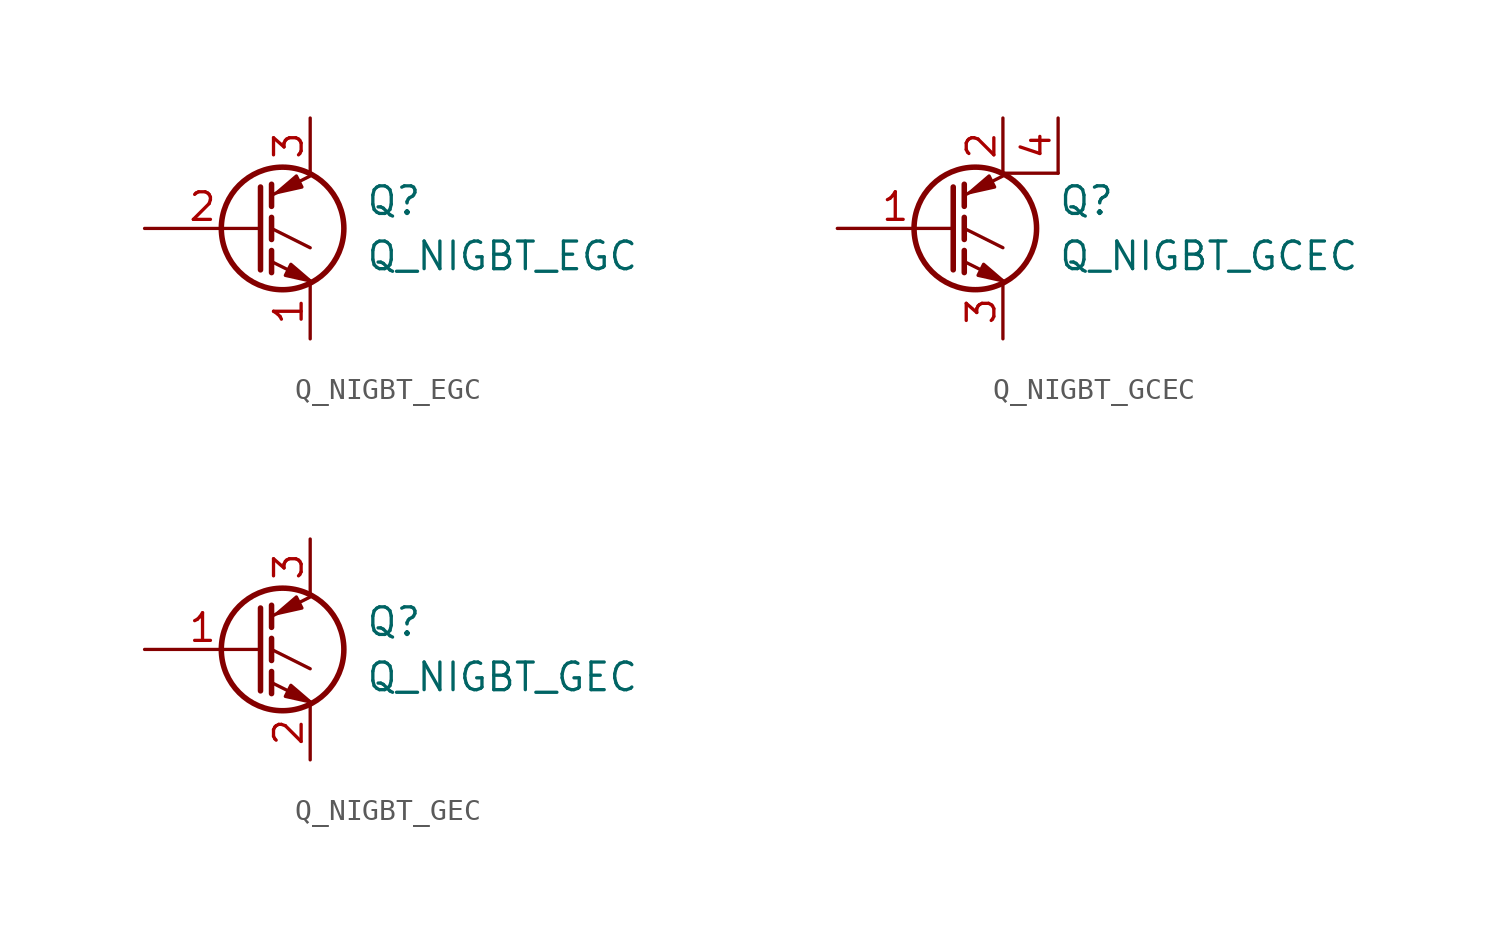
<source format=kicad_sym>
(kicad_symbol_lib
  (version 20201005)
  (generator kicad_symbol_editor)
  (symbol "Q_NIGBT_EGC"
    (pin_names
      (offset 0) hide)
    (property "Reference" "Q"
      (at 5.08 1.27 0)
      (effects (font (size 1.27 1.27)) (justify left)))
    (property "Value" "Q_NIGBT_EGC"
      (at 5.08 -1.27 0)
      (effects (font (size 1.27 1.27)) (justify left)))
    (symbol "Q_NIGBT_EGC_0_1"
      (circle (center 1.27 0) (radius 2.819) (stroke (width 0.254)) (fill (type none)))
      (polyline (pts (xy 0.762 -1.016) (xy 0.762 -2.032)) (stroke (width 0.254)) (fill (type none)))
      (polyline (pts (xy 0.762 0.508) (xy 0.762 -0.508)) (stroke (width 0.254)) (fill (type none)))
      (polyline (pts (xy 0.762 2.032) (xy 0.762 1.016)) (stroke (width 0.254)) (fill (type none)))
      (polyline (pts (xy 2.54 -2.413) (xy 0.762 -1.524)) (stroke (width 0)) (fill (type none)))
      (polyline (pts (xy 2.54 -0.889) (xy 0.762 0)) (stroke (width 0)) (fill (type none)))
      (polyline (pts (xy 2.54 2.413) (xy 0.762 1.524)) (stroke (width 0)) (fill (type none)))
      (polyline (pts (xy 0.254 1.905) (xy 0.254 -1.905) (xy 0.254 -1.905)) (stroke (width 0.254)) (fill (type none)))
      (polyline (pts (xy 1.397 -2.159) (xy 1.651 -1.651) (xy 2.54 -2.413) (xy 1.397 -2.159)) (stroke (width 0)) (fill (type outline)))
      (polyline (pts (xy 2.159 1.905) (xy 1.905 2.413) (xy 1.016 1.651) (xy 2.159 1.905)) (stroke (width 0)) (fill (type outline))))
    (symbol "Q_NIGBT_EGC_1_1"
      (pin passive line (at 2.54 -5.08 90) (length 2.54) (name "E" (effects (font (size 1.27 1.27)))) (number "1" (effects (font (size 1.27 1.27)))))
      (pin input line (at -5.08 0 0) (length 5.334) (name "G" (effects (font (size 1.27 1.27)))) (number "2" (effects (font (size 1.27 1.27)))))
      (pin passive line (at 2.54 5.08 270) (length 2.54) (name "C" (effects (font (size 1.27 1.27)))) (number "3" (effects (font (size 1.27 1.27)))))))
  (symbol "Q_NIGBT_GCEC"
    (pin_names
      (offset 0) hide)
    (property "Reference" "Q"
      (at 5.08 1.27 0)
      (effects (font (size 1.27 1.27)) (justify left)))
    (property "Value" "Q_NIGBT_GCEC"
      (at 5.08 -1.27 0)
      (effects (font (size 1.27 1.27)) (justify left)))
    (symbol "Q_NIGBT_GCEC_0_1"
      (circle (center 1.27 0) (radius 2.819) (stroke (width 0.254)) (fill (type none)))
      (polyline (pts (xy 0.762 -1.016) (xy 0.762 -2.032)) (stroke (width 0.254)) (fill (type none)))
      (polyline (pts (xy 0.762 0.508) (xy 0.762 -0.508)) (stroke (width 0.254)) (fill (type none)))
      (polyline (pts (xy 0.762 2.032) (xy 0.762 1.016)) (stroke (width 0.254)) (fill (type none)))
      (polyline (pts (xy 2.54 -2.413) (xy 0.762 -1.524)) (stroke (width 0)) (fill (type none)))
      (polyline (pts (xy 2.54 -0.889) (xy 0.762 0)) (stroke (width 0)) (fill (type none)))
      (polyline (pts (xy 2.54 2.413) (xy 0.762 1.524)) (stroke (width 0)) (fill (type none)))
      (polyline (pts (xy 2.54 2.54) (xy 5.08 2.54)) (stroke (width 0)) (fill (type none)))
      (polyline (pts (xy 0.254 1.905) (xy 0.254 -1.905) (xy 0.254 -1.905)) (stroke (width 0.254)) (fill (type none)))
      (polyline (pts (xy 1.397 -2.159) (xy 1.651 -1.651) (xy 2.54 -2.413) (xy 1.397 -2.159)) (stroke (width 0)) (fill (type outline)))
      (polyline (pts (xy 2.159 1.905) (xy 1.905 2.413) (xy 1.016 1.651) (xy 2.159 1.905)) (stroke (width 0)) (fill (type outline))))
    (symbol "Q_NIGBT_GCEC_1_1"
      (pin input line (at -5.08 0 0) (length 5.334) (name "G" (effects (font (size 1.27 1.27)))) (number "1" (effects (font (size 1.27 1.27)))))
      (pin passive line (at 2.54 5.08 270) (length 2.54) (name "C" (effects (font (size 1.27 1.27)))) (number "2" (effects (font (size 1.27 1.27)))))
      (pin passive line (at 2.54 -5.08 90) (length 2.54) (name "E" (effects (font (size 1.27 1.27)))) (number "3" (effects (font (size 1.27 1.27)))))
      (pin passive line (at 5.08 5.08 270) (length 2.54) (name "C" (effects (font (size 1.27 1.27)))) (number "4" (effects (font (size 1.27 1.27)))))))
  (symbol "Q_NIGBT_GEC"
    (pin_names
      (offset 0) hide)
    (property "Reference" "Q"
      (at 5.08 1.27 0)
      (effects (font (size 1.27 1.27)) (justify left)))
    (property "Value" "Q_NIGBT_GEC"
      (at 5.08 -1.27 0)
      (effects (font (size 1.27 1.27)) (justify left)))
    (symbol "Q_NIGBT_GEC_0_1"
      (circle (center 1.27 0) (radius 2.819) (stroke (width 0.254)) (fill (type none)))
      (polyline (pts (xy 0.762 -1.016) (xy 0.762 -2.032)) (stroke (width 0.254)) (fill (type none)))
      (polyline (pts (xy 0.762 0.508) (xy 0.762 -0.508)) (stroke (width 0.254)) (fill (type none)))
      (polyline (pts (xy 0.762 2.032) (xy 0.762 1.016)) (stroke (width 0.254)) (fill (type none)))
      (polyline (pts (xy 2.54 -2.413) (xy 0.762 -1.524)) (stroke (width 0)) (fill (type none)))
      (polyline (pts (xy 2.54 -0.889) (xy 0.762 0)) (stroke (width 0)) (fill (type none)))
      (polyline (pts (xy 2.54 2.413) (xy 0.762 1.524)) (stroke (width 0)) (fill (type none)))
      (polyline (pts (xy 0.254 1.905) (xy 0.254 -1.905) (xy 0.254 -1.905)) (stroke (width 0.254)) (fill (type none)))
      (polyline (pts (xy 1.397 -2.159) (xy 1.651 -1.651) (xy 2.54 -2.413) (xy 1.397 -2.159)) (stroke (width 0)) (fill (type outline)))
      (polyline (pts (xy 2.159 1.905) (xy 1.905 2.413) (xy 1.016 1.651) (xy 2.159 1.905)) (stroke (width 0)) (fill (type outline))))
    (symbol "Q_NIGBT_GEC_1_1"
      (pin input line (at -5.08 0 0) (length 5.334) (name "G" (effects (font (size 1.27 1.27)))) (number "1" (effects (font (size 1.27 1.27)))))
      (pin passive line (at 2.54 -5.08 90) (length 2.54) (name "E" (effects (font (size 1.27 1.27)))) (number "2" (effects (font (size 1.27 1.27)))))
      (pin passive line (at 2.54 5.08 270) (length 2.54) (name "C" (effects (font (size 1.27 1.27)))) (number "3" (effects (font (size 1.27 1.27))))))))
</source>
